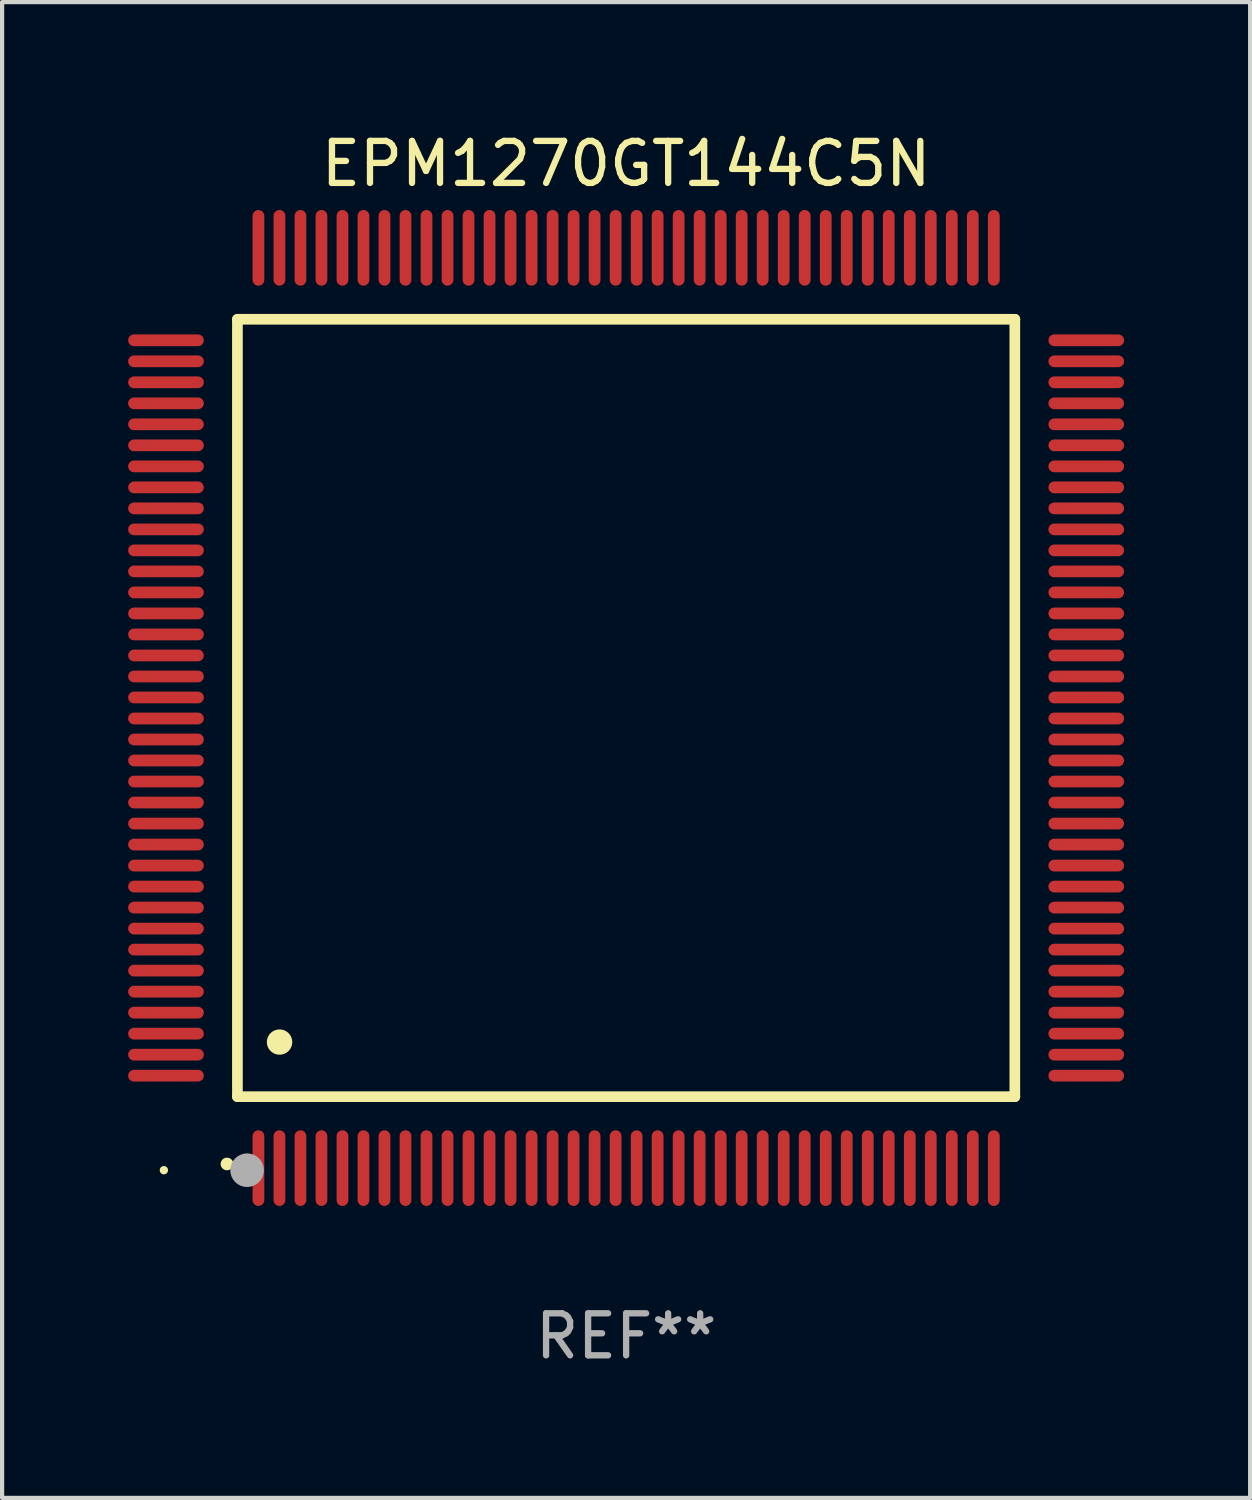
<source format=kicad_pcb>
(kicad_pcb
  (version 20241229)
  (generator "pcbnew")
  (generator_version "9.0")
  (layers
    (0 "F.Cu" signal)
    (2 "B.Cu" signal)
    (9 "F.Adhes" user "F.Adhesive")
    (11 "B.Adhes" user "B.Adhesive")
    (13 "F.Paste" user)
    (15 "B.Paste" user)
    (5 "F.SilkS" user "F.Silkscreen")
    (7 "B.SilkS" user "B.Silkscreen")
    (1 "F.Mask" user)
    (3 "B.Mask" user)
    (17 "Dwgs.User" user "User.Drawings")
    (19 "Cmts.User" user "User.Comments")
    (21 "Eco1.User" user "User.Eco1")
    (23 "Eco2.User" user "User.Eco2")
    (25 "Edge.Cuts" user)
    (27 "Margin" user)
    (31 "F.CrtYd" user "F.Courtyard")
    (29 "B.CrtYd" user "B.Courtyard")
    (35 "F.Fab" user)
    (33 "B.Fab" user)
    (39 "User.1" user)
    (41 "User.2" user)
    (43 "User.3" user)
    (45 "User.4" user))
  (footprint "EPM1270GT144C5N"
    (layer "F.Cu")
    (at 11.85 13.798)
    (property "Reference" "EPM1270GT144C5N" (at 0 -12.95 0) (layer "F.SilkS") (effects (font (size 1 1) (thickness 0.15))))
    (attr through_hole)
    (fp_line (start -9.25 -9.25) (end -9.25 9.25) (stroke (width 0.254) (type solid)) (layer "F.SilkS"))
    (fp_line (start -9.25 9.25) (end 9.25 9.25) (stroke (width 0.254) (type solid)) (layer "F.SilkS"))
    (fp_line (start 9.25 -9.25) (end -9.25 -9.25) (stroke (width 0.254) (type solid)) (layer "F.SilkS"))
    (fp_line (start 9.25 9.25) (end 9.25 -9.25) (stroke (width 0.254) (type solid)) (layer "F.SilkS"))
    (fp_arc (start -9.499619 10.850902) (mid -9.498349 10.850897) (end -9.497079 10.850902) (stroke (width 0.3) (type solid)) (layer "F.SilkS"))
    (fp_arc (start -8.249936 7.950216) (mid -8.247396 7.950205) (end -8.244856 7.950216) (stroke (width 0.6) (type solid)) (layer "F.SilkS"))
    (fp_circle (center -11 11) (end -10.95 11) (stroke (width 0.1) (type solid)) (fill no) (layer "F.SilkS"))
    (fp_circle (center -9.02 11) (end -8.82 11) (stroke (width 0.4) (type solid)) (fill no) (layer "F.Fab"))
    (fp_text user "REF**" (at 0 14.95 0) (layer "F.Fab") (effects (font (size 1 1) (thickness 0.15))))
    (pad "1" smd oval (at -8.75 10.95) (size 0.28 1.8) (layers "F.Cu" "F.Mask" "F.Paste"))
    (pad "2" smd oval (at -8.25 10.95) (size 0.28 1.8) (layers "F.Cu" "F.Mask" "F.Paste"))
    (pad "3" smd oval (at -7.75 10.95) (size 0.28 1.8) (layers "F.Cu" "F.Mask" "F.Paste"))
    (pad "4" smd oval (at -7.25 10.95) (size 0.28 1.8) (layers "F.Cu" "F.Mask" "F.Paste"))
    (pad "5" smd oval (at -6.75 10.95) (size 0.28 1.8) (layers "F.Cu" "F.Mask" "F.Paste"))
    (pad "6" smd oval (at -6.25 10.95) (size 0.28 1.8) (layers "F.Cu" "F.Mask" "F.Paste"))
    (pad "7" smd oval (at -5.75 10.95) (size 0.28 1.8) (layers "F.Cu" "F.Mask" "F.Paste"))
    (pad "8" smd oval (at -5.25 10.95) (size 0.28 1.8) (layers "F.Cu" "F.Mask" "F.Paste"))
    (pad "9" smd oval (at -4.75 10.95) (size 0.28 1.8) (layers "F.Cu" "F.Mask" "F.Paste"))
    (pad "10" smd oval (at -4.25 10.95) (size 0.28 1.8) (layers "F.Cu" "F.Mask" "F.Paste"))
    (pad "11" smd oval (at -3.75 10.95) (size 0.28 1.8) (layers "F.Cu" "F.Mask" "F.Paste"))
    (pad "12" smd oval (at -3.25 10.95) (size 0.28 1.8) (layers "F.Cu" "F.Mask" "F.Paste"))
    (pad "13" smd oval (at -2.75 10.95) (size 0.28 1.8) (layers "F.Cu" "F.Mask" "F.Paste"))
    (pad "14" smd oval (at -2.25 10.95) (size 0.28 1.8) (layers "F.Cu" "F.Mask" "F.Paste"))
    (pad "15" smd oval (at -1.75 10.95) (size 0.28 1.8) (layers "F.Cu" "F.Mask" "F.Paste"))
    (pad "16" smd oval (at -1.25 10.95) (size 0.28 1.8) (layers "F.Cu" "F.Mask" "F.Paste"))
    (pad "17" smd oval (at -0.75 10.95) (size 0.28 1.8) (layers "F.Cu" "F.Mask" "F.Paste"))
    (pad "18" smd oval (at -0.25 10.95) (size 0.28 1.8) (layers "F.Cu" "F.Mask" "F.Paste"))
    (pad "19" smd oval (at 0.25 10.95) (size 0.28 1.8) (layers "F.Cu" "F.Mask" "F.Paste"))
    (pad "20" smd oval (at 0.75 10.95) (size 0.28 1.8) (layers "F.Cu" "F.Mask" "F.Paste"))
    (pad "21" smd oval (at 1.25 10.95) (size 0.28 1.8) (layers "F.Cu" "F.Mask" "F.Paste"))
    (pad "22" smd oval (at 1.75 10.95) (size 0.28 1.8) (layers "F.Cu" "F.Mask" "F.Paste"))
    (pad "23" smd oval (at 2.25 10.95) (size 0.28 1.8) (layers "F.Cu" "F.Mask" "F.Paste"))
    (pad "24" smd oval (at 2.75 10.95) (size 0.28 1.8) (layers "F.Cu" "F.Mask" "F.Paste"))
    (pad "25" smd oval (at 3.25 10.95) (size 0.28 1.8) (layers "F.Cu" "F.Mask" "F.Paste"))
    (pad "26" smd oval (at 3.75 10.95) (size 0.28 1.8) (layers "F.Cu" "F.Mask" "F.Paste"))
    (pad "27" smd oval (at 4.25 10.95) (size 0.28 1.8) (layers "F.Cu" "F.Mask" "F.Paste"))
    (pad "28" smd oval (at 4.75 10.95) (size 0.28 1.8) (layers "F.Cu" "F.Mask" "F.Paste"))
    (pad "29" smd oval (at 5.25 10.95) (size 0.28 1.8) (layers "F.Cu" "F.Mask" "F.Paste"))
    (pad "30" smd oval (at 5.75 10.95) (size 0.28 1.8) (layers "F.Cu" "F.Mask" "F.Paste"))
    (pad "31" smd oval (at 6.25 10.95) (size 0.28 1.8) (layers "F.Cu" "F.Mask" "F.Paste"))
    (pad "32" smd oval (at 6.75 10.95) (size 0.28 1.8) (layers "F.Cu" "F.Mask" "F.Paste"))
    (pad "33" smd oval (at 7.25 10.95) (size 0.28 1.8) (layers "F.Cu" "F.Mask" "F.Paste"))
    (pad "34" smd oval (at 7.75 10.95) (size 0.28 1.8) (layers "F.Cu" "F.Mask" "F.Paste"))
    (pad "35" smd oval (at 8.25 10.95) (size 0.28 1.8) (layers "F.Cu" "F.Mask" "F.Paste"))
    (pad "36" smd oval (at 8.75 10.95) (size 0.28 1.8) (layers "F.Cu" "F.Mask" "F.Paste"))
    (pad "37" smd oval (at 10.95 8.75) (size 1.8 0.28) (layers "F.Cu" "F.Mask" "F.Paste"))
    (pad "38" smd oval (at 10.95 8.25) (size 1.8 0.28) (layers "F.Cu" "F.Mask" "F.Paste"))
    (pad "39" smd oval (at 10.95 7.75) (size 1.8 0.28) (layers "F.Cu" "F.Mask" "F.Paste"))
    (pad "40" smd oval (at 10.95 7.25) (size 1.8 0.28) (layers "F.Cu" "F.Mask" "F.Paste"))
    (pad "41" smd oval (at 10.95 6.75) (size 1.8 0.28) (layers "F.Cu" "F.Mask" "F.Paste"))
    (pad "42" smd oval (at 10.95 6.25) (size 1.8 0.28) (layers "F.Cu" "F.Mask" "F.Paste"))
    (pad "43" smd oval (at 10.95 5.75) (size 1.8 0.28) (layers "F.Cu" "F.Mask" "F.Paste"))
    (pad "44" smd oval (at 10.95 5.25) (size 1.8 0.28) (layers "F.Cu" "F.Mask" "F.Paste"))
    (pad "45" smd oval (at 10.95 4.75) (size 1.8 0.28) (layers "F.Cu" "F.Mask" "F.Paste"))
    (pad "46" smd oval (at 10.95 4.25) (size 1.8 0.28) (layers "F.Cu" "F.Mask" "F.Paste"))
    (pad "47" smd oval (at 10.95 3.75) (size 1.8 0.28) (layers "F.Cu" "F.Mask" "F.Paste"))
    (pad "48" smd oval (at 10.95 3.25) (size 1.8 0.28) (layers "F.Cu" "F.Mask" "F.Paste"))
    (pad "49" smd oval (at 10.95 2.75) (size 1.8 0.28) (layers "F.Cu" "F.Mask" "F.Paste"))
    (pad "50" smd oval (at 10.95 2.25) (size 1.8 0.28) (layers "F.Cu" "F.Mask" "F.Paste"))
    (pad "51" smd oval (at 10.95 1.75) (size 1.8 0.28) (layers "F.Cu" "F.Mask" "F.Paste"))
    (pad "52" smd oval (at 10.95 1.25) (size 1.8 0.28) (layers "F.Cu" "F.Mask" "F.Paste"))
    (pad "53" smd oval (at 10.95 0.75) (size 1.8 0.28) (layers "F.Cu" "F.Mask" "F.Paste"))
    (pad "54" smd oval (at 10.95 0.25) (size 1.8 0.28) (layers "F.Cu" "F.Mask" "F.Paste"))
    (pad "55" smd oval (at 10.95 -0.25) (size 1.8 0.28) (layers "F.Cu" "F.Mask" "F.Paste"))
    (pad "56" smd oval (at 10.95 -0.75) (size 1.8 0.28) (layers "F.Cu" "F.Mask" "F.Paste"))
    (pad "57" smd oval (at 10.95 -1.25) (size 1.8 0.28) (layers "F.Cu" "F.Mask" "F.Paste"))
    (pad "58" smd oval (at 10.95 -1.75) (size 1.8 0.28) (layers "F.Cu" "F.Mask" "F.Paste"))
    (pad "59" smd oval (at 10.95 -2.25) (size 1.8 0.28) (layers "F.Cu" "F.Mask" "F.Paste"))
    (pad "60" smd oval (at 10.95 -2.75) (size 1.8 0.28) (layers "F.Cu" "F.Mask" "F.Paste"))
    (pad "61" smd oval (at 10.95 -3.25) (size 1.8 0.28) (layers "F.Cu" "F.Mask" "F.Paste"))
    (pad "62" smd oval (at 10.95 -3.75) (size 1.8 0.28) (layers "F.Cu" "F.Mask" "F.Paste"))
    (pad "63" smd oval (at 10.95 -4.25) (size 1.8 0.28) (layers "F.Cu" "F.Mask" "F.Paste"))
    (pad "64" smd oval (at 10.95 -4.75) (size 1.8 0.28) (layers "F.Cu" "F.Mask" "F.Paste"))
    (pad "65" smd oval (at 10.95 -5.25) (size 1.8 0.28) (layers "F.Cu" "F.Mask" "F.Paste"))
    (pad "66" smd oval (at 10.95 -5.75) (size 1.8 0.28) (layers "F.Cu" "F.Mask" "F.Paste"))
    (pad "67" smd oval (at 10.95 -6.25) (size 1.8 0.28) (layers "F.Cu" "F.Mask" "F.Paste"))
    (pad "68" smd oval (at 10.95 -6.75) (size 1.8 0.28) (layers "F.Cu" "F.Mask" "F.Paste"))
    (pad "69" smd oval (at 10.95 -7.25) (size 1.8 0.28) (layers "F.Cu" "F.Mask" "F.Paste"))
    (pad "70" smd oval (at 10.95 -7.75) (size 1.8 0.28) (layers "F.Cu" "F.Mask" "F.Paste"))
    (pad "71" smd oval (at 10.95 -8.25) (size 1.8 0.28) (layers "F.Cu" "F.Mask" "F.Paste"))
    (pad "72" smd oval (at 10.95 -8.75) (size 1.8 0.28) (layers "F.Cu" "F.Mask" "F.Paste"))
    (pad "73" smd oval (at 8.75 -10.95) (size 0.28 1.8) (layers "F.Cu" "F.Mask" "F.Paste"))
    (pad "74" smd oval (at 8.25 -10.95) (size 0.28 1.8) (layers "F.Cu" "F.Mask" "F.Paste"))
    (pad "75" smd oval (at 7.75 -10.95) (size 0.28 1.8) (layers "F.Cu" "F.Mask" "F.Paste"))
    (pad "76" smd oval (at 7.25 -10.95) (size 0.28 1.8) (layers "F.Cu" "F.Mask" "F.Paste"))
    (pad "77" smd oval (at 6.75 -10.95) (size 0.28 1.8) (layers "F.Cu" "F.Mask" "F.Paste"))
    (pad "78" smd oval (at 6.25 -10.95) (size 0.28 1.8) (layers "F.Cu" "F.Mask" "F.Paste"))
    (pad "79" smd oval (at 5.75 -10.95) (size 0.28 1.8) (layers "F.Cu" "F.Mask" "F.Paste"))
    (pad "80" smd oval (at 5.25 -10.95) (size 0.28 1.8) (layers "F.Cu" "F.Mask" "F.Paste"))
    (pad "81" smd oval (at 4.75 -10.95) (size 0.28 1.8) (layers "F.Cu" "F.Mask" "F.Paste"))
    (pad "82" smd oval (at 4.25 -10.95) (size 0.28 1.8) (layers "F.Cu" "F.Mask" "F.Paste"))
    (pad "83" smd oval (at 3.75 -10.95) (size 0.28 1.8) (layers "F.Cu" "F.Mask" "F.Paste"))
    (pad "84" smd oval (at 3.25 -10.95) (size 0.28 1.8) (layers "F.Cu" "F.Mask" "F.Paste"))
    (pad "85" smd oval (at 2.75 -10.95) (size 0.28 1.8) (layers "F.Cu" "F.Mask" "F.Paste"))
    (pad "86" smd oval (at 2.25 -10.95) (size 0.28 1.8) (layers "F.Cu" "F.Mask" "F.Paste"))
    (pad "87" smd oval (at 1.75 -10.95) (size 0.28 1.8) (layers "F.Cu" "F.Mask" "F.Paste"))
    (pad "88" smd oval (at 1.25 -10.95) (size 0.28 1.8) (layers "F.Cu" "F.Mask" "F.Paste"))
    (pad "89" smd oval (at 0.75 -10.95) (size 0.28 1.8) (layers "F.Cu" "F.Mask" "F.Paste"))
    (pad "90" smd oval (at 0.25 -10.95) (size 0.28 1.8) (layers "F.Cu" "F.Mask" "F.Paste"))
    (pad "91" smd oval (at -0.25 -10.95) (size 0.28 1.8) (layers "F.Cu" "F.Mask" "F.Paste"))
    (pad "92" smd oval (at -0.75 -10.95) (size 0.28 1.8) (layers "F.Cu" "F.Mask" "F.Paste"))
    (pad "93" smd oval (at -1.25 -10.95) (size 0.28 1.8) (layers "F.Cu" "F.Mask" "F.Paste"))
    (pad "94" smd oval (at -1.75 -10.95) (size 0.28 1.8) (layers "F.Cu" "F.Mask" "F.Paste"))
    (pad "95" smd oval (at -2.25 -10.95) (size 0.28 1.8) (layers "F.Cu" "F.Mask" "F.Paste"))
    (pad "96" smd oval (at -2.75 -10.95) (size 0.28 1.8) (layers "F.Cu" "F.Mask" "F.Paste"))
    (pad "97" smd oval (at -3.25 -10.95) (size 0.28 1.8) (layers "F.Cu" "F.Mask" "F.Paste"))
    (pad "98" smd oval (at -3.75 -10.95) (size 0.28 1.8) (layers "F.Cu" "F.Mask" "F.Paste"))
    (pad "99" smd oval (at -4.25 -10.95) (size 0.28 1.8) (layers "F.Cu" "F.Mask" "F.Paste"))
    (pad "100" smd oval (at -4.75 -10.95) (size 0.28 1.8) (layers "F.Cu" "F.Mask" "F.Paste"))
    (pad "101" smd oval (at -5.25 -10.95) (size 0.28 1.8) (layers "F.Cu" "F.Mask" "F.Paste"))
    (pad "102" smd oval (at -5.75 -10.95) (size 0.28 1.8) (layers "F.Cu" "F.Mask" "F.Paste"))
    (pad "103" smd oval (at -6.25 -10.95) (size 0.28 1.8) (layers "F.Cu" "F.Mask" "F.Paste"))
    (pad "104" smd oval (at -6.75 -10.95) (size 0.28 1.8) (layers "F.Cu" "F.Mask" "F.Paste"))
    (pad "105" smd oval (at -7.25 -10.95) (size 0.28 1.8) (layers "F.Cu" "F.Mask" "F.Paste"))
    (pad "106" smd oval (at -7.75 -10.95) (size 0.28 1.8) (layers "F.Cu" "F.Mask" "F.Paste"))
    (pad "107" smd oval (at -8.25 -10.95) (size 0.28 1.8) (layers "F.Cu" "F.Mask" "F.Paste"))
    (pad "108" smd oval (at -8.75 -10.95) (size 0.28 1.8) (layers "F.Cu" "F.Mask" "F.Paste"))
    (pad "109" smd oval (at -10.95 -8.75) (size 1.8 0.28) (layers "F.Cu" "F.Mask" "F.Paste"))
    (pad "110" smd oval (at -10.95 -8.25) (size 1.8 0.28) (layers "F.Cu" "F.Mask" "F.Paste"))
    (pad "111" smd oval (at -10.95 -7.75) (size 1.8 0.28) (layers "F.Cu" "F.Mask" "F.Paste"))
    (pad "112" smd oval (at -10.95 -7.25) (size 1.8 0.28) (layers "F.Cu" "F.Mask" "F.Paste"))
    (pad "113" smd oval (at -10.95 -6.75) (size 1.8 0.28) (layers "F.Cu" "F.Mask" "F.Paste"))
    (pad "114" smd oval (at -10.95 -6.25) (size 1.8 0.28) (layers "F.Cu" "F.Mask" "F.Paste"))
    (pad "115" smd oval (at -10.95 -5.75) (size 1.8 0.28) (layers "F.Cu" "F.Mask" "F.Paste"))
    (pad "116" smd oval (at -10.95 -5.25) (size 1.8 0.28) (layers "F.Cu" "F.Mask" "F.Paste"))
    (pad "117" smd oval (at -10.95 -4.75) (size 1.8 0.28) (layers "F.Cu" "F.Mask" "F.Paste"))
    (pad "118" smd oval (at -10.95 -4.25) (size 1.8 0.28) (layers "F.Cu" "F.Mask" "F.Paste"))
    (pad "119" smd oval (at -10.95 -3.75) (size 1.8 0.28) (layers "F.Cu" "F.Mask" "F.Paste"))
    (pad "120" smd oval (at -10.95 -3.25) (size 1.8 0.28) (layers "F.Cu" "F.Mask" "F.Paste"))
    (pad "121" smd oval (at -10.95 -2.75) (size 1.8 0.28) (layers "F.Cu" "F.Mask" "F.Paste"))
    (pad "122" smd oval (at -10.95 -2.25) (size 1.8 0.28) (layers "F.Cu" "F.Mask" "F.Paste"))
    (pad "123" smd oval (at -10.95 -1.75) (size 1.8 0.28) (layers "F.Cu" "F.Mask" "F.Paste"))
    (pad "124" smd oval (at -10.95 -1.25) (size 1.8 0.28) (layers "F.Cu" "F.Mask" "F.Paste"))
    (pad "125" smd oval (at -10.95 -0.75) (size 1.8 0.28) (layers "F.Cu" "F.Mask" "F.Paste"))
    (pad "126" smd oval (at -10.95 -0.25) (size 1.8 0.28) (layers "F.Cu" "F.Mask" "F.Paste"))
    (pad "127" smd oval (at -10.95 0.25) (size 1.8 0.28) (layers "F.Cu" "F.Mask" "F.Paste"))
    (pad "128" smd oval (at -10.95 0.75) (size 1.8 0.28) (layers "F.Cu" "F.Mask" "F.Paste"))
    (pad "129" smd oval (at -10.95 1.25) (size 1.8 0.28) (layers "F.Cu" "F.Mask" "F.Paste"))
    (pad "130" smd oval (at -10.95 1.75) (size 1.8 0.28) (layers "F.Cu" "F.Mask" "F.Paste"))
    (pad "131" smd oval (at -10.95 2.25) (size 1.8 0.28) (layers "F.Cu" "F.Mask" "F.Paste"))
    (pad "132" smd oval (at -10.95 2.75) (size 1.8 0.28) (layers "F.Cu" "F.Mask" "F.Paste"))
    (pad "133" smd oval (at -10.95 3.25) (size 1.8 0.28) (layers "F.Cu" "F.Mask" "F.Paste"))
    (pad "134" smd oval (at -10.95 3.75) (size 1.8 0.28) (layers "F.Cu" "F.Mask" "F.Paste"))
    (pad "135" smd oval (at -10.95 4.25) (size 1.8 0.28) (layers "F.Cu" "F.Mask" "F.Paste"))
    (pad "136" smd oval (at -10.95 4.75) (size 1.8 0.28) (layers "F.Cu" "F.Mask" "F.Paste"))
    (pad "137" smd oval (at -10.95 5.25) (size 1.8 0.28) (layers "F.Cu" "F.Mask" "F.Paste"))
    (pad "138" smd oval (at -10.95 5.75) (size 1.8 0.28) (layers "F.Cu" "F.Mask" "F.Paste"))
    (pad "139" smd oval (at -10.95 6.25) (size 1.8 0.28) (layers "F.Cu" "F.Mask" "F.Paste"))
    (pad "140" smd oval (at -10.95 6.75) (size 1.8 0.28) (layers "F.Cu" "F.Mask" "F.Paste"))
    (pad "141" smd oval (at -10.95 7.25) (size 1.8 0.28) (layers "F.Cu" "F.Mask" "F.Paste"))
    (pad "142" smd oval (at -10.95 7.75) (size 1.8 0.28) (layers "F.Cu" "F.Mask" "F.Paste"))
    (pad "143" smd oval (at -10.95 8.25) (size 1.8 0.28) (layers "F.Cu" "F.Mask" "F.Paste"))
    (pad "144" smd oval (at -10.95 8.75) (size 1.8 0.28) (layers "F.Cu" "F.Mask" "F.Paste")))
  (gr_rect
    (start -3 -3)
    (end 26.7 32.596)
    (stroke (width 0.1) (type default))
    (fill no)
    (layer "Edge.Cuts")))
</source>
